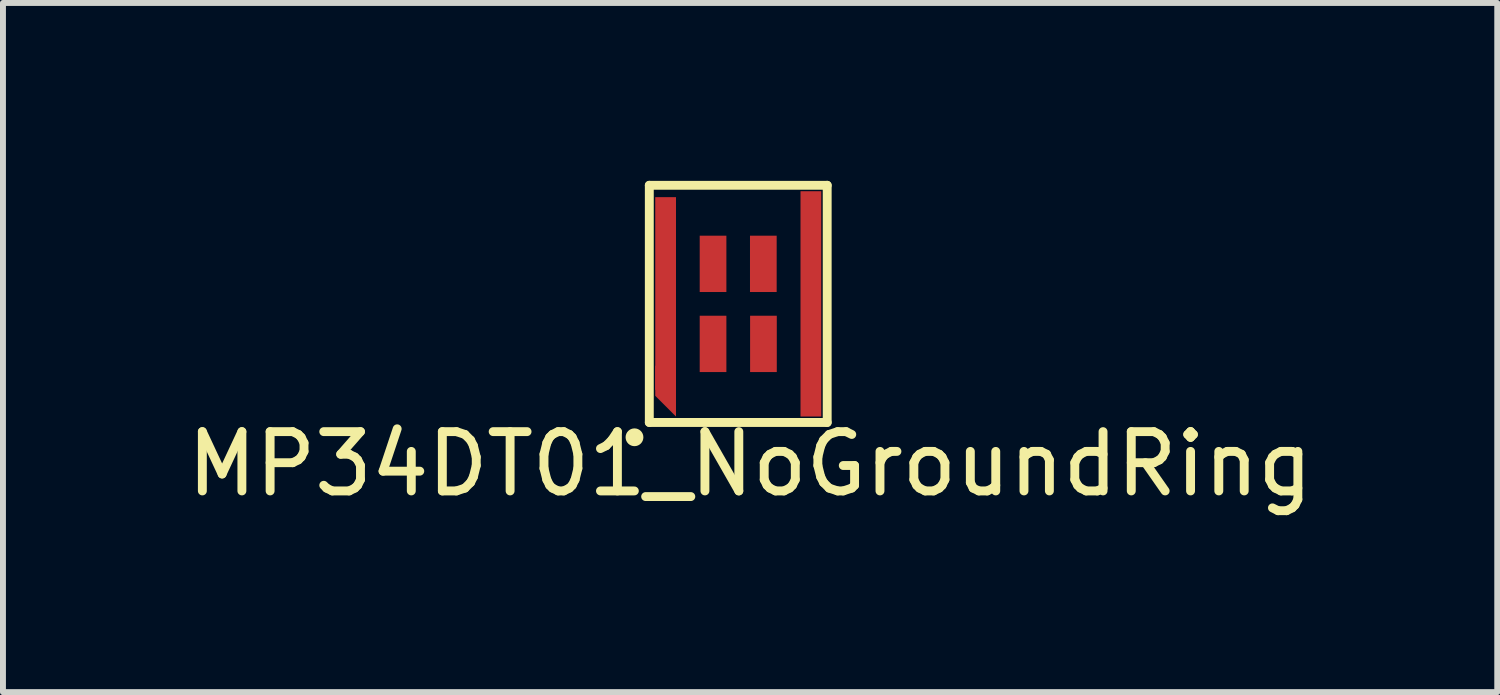
<source format=kicad_pcb>
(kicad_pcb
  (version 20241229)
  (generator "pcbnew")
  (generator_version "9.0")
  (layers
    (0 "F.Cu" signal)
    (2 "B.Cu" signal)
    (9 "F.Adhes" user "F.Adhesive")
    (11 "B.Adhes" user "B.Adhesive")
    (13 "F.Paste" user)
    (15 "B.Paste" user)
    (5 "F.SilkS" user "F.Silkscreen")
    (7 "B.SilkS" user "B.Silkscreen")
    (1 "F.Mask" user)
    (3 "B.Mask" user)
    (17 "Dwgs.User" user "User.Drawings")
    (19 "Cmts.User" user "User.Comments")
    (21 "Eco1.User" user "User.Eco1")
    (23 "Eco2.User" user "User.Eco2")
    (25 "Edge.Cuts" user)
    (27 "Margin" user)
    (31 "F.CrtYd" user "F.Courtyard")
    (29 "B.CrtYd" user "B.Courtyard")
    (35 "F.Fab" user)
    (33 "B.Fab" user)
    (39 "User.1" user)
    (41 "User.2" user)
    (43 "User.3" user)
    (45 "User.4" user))
  (footprint "MP34DT01_NoGroundRing"
    (layer "F.Cu")
    (at 9.401 2.075)
    (property "Reference" "MP34DT01_NoGroundRing" (at 0.2 2.7 0) (layer "F.SilkS") (effects (font (size 1 1) (thickness 0.15))))
    (attr through_hole)
    (fp_line (start -1.5 -2) (end -1.5 2) (stroke (width 0.15) (type solid)) (layer "F.SilkS"))
    (fp_line (start -1.5 2) (end 1.5 2) (stroke (width 0.15) (type solid)) (layer "F.SilkS"))
    (fp_line (start 1.5 -2) (end -1.5 -2) (stroke (width 0.15) (type solid)) (layer "F.SilkS"))
    (fp_line (start 1.5 2) (end 1.5 -2) (stroke (width 0.15) (type solid)) (layer "F.SilkS"))
    (fp_circle (center -1.75 2.25) (end -1.675 2.25) (stroke (width 0.15) (type solid)) (fill no) (layer "F.SilkS"))
    (pad "1" smd rect (at -0.425 0.675) (size 0.45 0.95) (layers "F.Cu" "F.Mask" "F.Paste"))
    (pad "2" smd rect (at -0.425 -0.675) (size 0.45 0.95) (layers "F.Cu" "F.Mask" "F.Paste"))
    (pad "3" smd rect (at 0.423 -0.675) (size 0.45 0.95) (layers "F.Cu" "F.Mask" "F.Paste"))
    (pad "4" smd rect (at 0.425 0.675) (size 0.45 0.95) (layers "F.Cu" "F.Mask" "F.Paste"))
    (pad "5" smd rect (at -1.225 0) (size 0.35 3.25) (drill (offset 0 -0.175)) (layers "F.Cu" "F.Mask" "F.Paste"))
    (pad "5" smd trapezoid (at -1.225 1.125 270) (size 0.85 0.35) (rect_delta 0 -0.35) (drill (offset 0.175 0)) (layers "F.Cu" "F.Mask" "F.Paste"))
    (pad "5" smd rect (at 1.225 0) (size 0.35 3.8) (layers "F.Cu" "F.Mask" "F.Paste")))
  (gr_rect
    (start -3 -3)
    (end 22.202 8.623)
    (stroke (width 0.1) (type default))
    (fill no)
    (layer "Edge.Cuts")))
</source>
